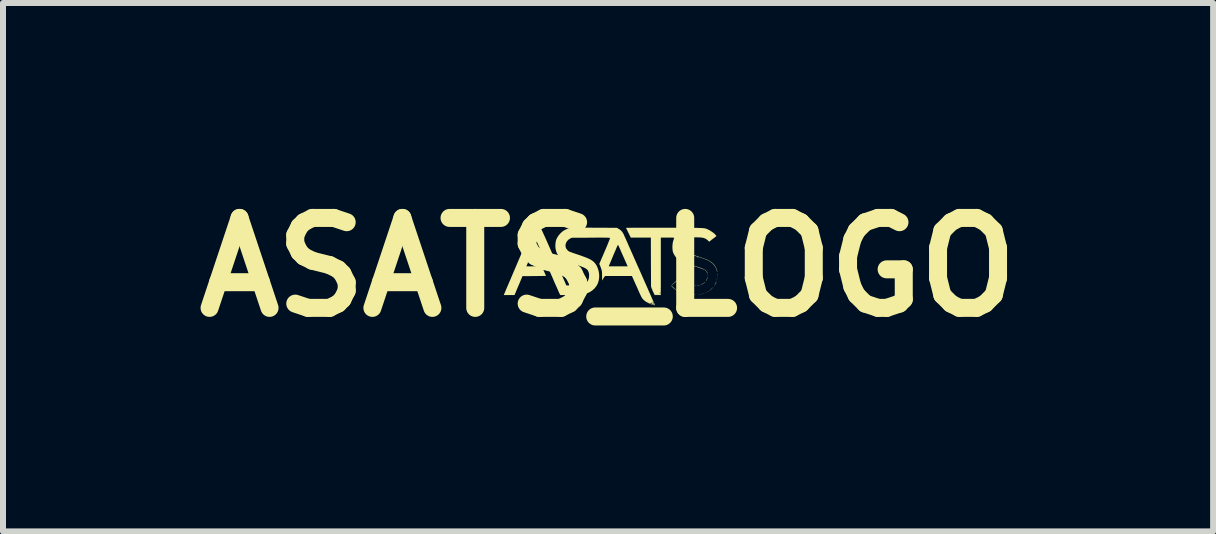
<source format=kicad_pcb>
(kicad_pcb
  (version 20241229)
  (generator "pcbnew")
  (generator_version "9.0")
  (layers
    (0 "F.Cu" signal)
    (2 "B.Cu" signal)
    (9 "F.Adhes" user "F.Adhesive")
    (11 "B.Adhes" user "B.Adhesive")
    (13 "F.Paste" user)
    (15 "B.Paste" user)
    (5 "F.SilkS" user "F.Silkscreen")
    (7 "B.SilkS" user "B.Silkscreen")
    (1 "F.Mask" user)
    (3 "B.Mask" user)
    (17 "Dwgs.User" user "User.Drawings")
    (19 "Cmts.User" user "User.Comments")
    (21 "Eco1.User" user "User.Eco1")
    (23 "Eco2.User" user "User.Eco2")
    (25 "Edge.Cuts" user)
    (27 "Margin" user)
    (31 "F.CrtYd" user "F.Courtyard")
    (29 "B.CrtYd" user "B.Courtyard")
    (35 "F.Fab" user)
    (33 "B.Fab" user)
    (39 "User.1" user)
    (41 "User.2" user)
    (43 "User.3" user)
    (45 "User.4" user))
  (footprint "ASATS_LOGO"
    (layer "F.Cu")
    (at 7.086 1.404)
    (property "Reference" "ASATS_LOGO" (at 0 0 0) (layer "F.SilkS") (effects (font (size 1.5 1.5) (thickness 0.3))))
    (attr board_only exclude_from_pos_files exclude_from_bom)
    (fp_poly (pts (xy 1.056 0.306) (xy 1.055 0.305) (xy 1.056 0.304)) (stroke (width 0) (type solid)) (fill yes) (layer "F.SilkS"))
    (fp_poly (pts (xy 1.323 -0.09) (xy 1.321 -0.088) (xy 1.319 -0.09) (xy 1.321 -0.093)) (stroke (width 0) (type solid)) (fill yes) (layer "F.SilkS"))
    (fp_poly (pts (xy 1.367 -0.11) (xy 1.365 -0.107) (xy 1.363 -0.11) (xy 1.365 -0.112)) (stroke (width 0) (type solid)) (fill yes) (layer "F.SilkS"))
    (fp_poly (pts (xy 1.382 -0.115) (xy 1.38 -0.112) (xy 1.377 -0.115) (xy 1.38 -0.117)) (stroke (width 0) (type solid)) (fill yes) (layer "F.SilkS"))
    (fp_poly (pts (xy 1.45 -0.164) (xy 1.448 -0.161) (xy 1.446 -0.164) (xy 1.448 -0.166)) (stroke (width 0) (type solid)) (fill yes) (layer "F.SilkS"))
    (fp_poly (pts (xy 1.612 0.432) (xy 1.609 0.435) (xy 1.607 0.432) (xy 1.609 0.43)) (stroke (width 0) (type solid)) (fill yes) (layer "F.SilkS"))
    (fp_poly (pts (xy 1.636 0.422) (xy 1.634 0.425) (xy 1.631 0.422) (xy 1.634 0.42)) (stroke (width 0) (type solid)) (fill yes) (layer "F.SilkS"))
    (fp_poly (pts (xy 1.646 0.418) (xy 1.643 0.42) (xy 1.641 0.418) (xy 1.643 0.415)) (stroke (width 0) (type solid)) (fill yes) (layer "F.SilkS"))
    (fp_poly (pts (xy 1.656 0.413) (xy 1.653 0.415) (xy 1.651 0.413) (xy 1.653 0.41)) (stroke (width 0) (type solid)) (fill yes) (layer "F.SilkS"))
    (fp_poly (pts (xy 1.293 0.446) (xy 1.291 0.449) (xy 1.286 0.449) (xy 1.281 0.448) (xy 1.283 0.446) (xy 1.291 0.445)) (stroke (width 0) (type solid)) (fill yes) (layer "F.SilkS"))
    (fp_poly (pts (xy 1.385 -0.125) (xy 1.385 -0.122) (xy 1.382 -0.122) (xy 1.378 -0.124) (xy 1.379 -0.125) (xy 1.385 -0.126)) (stroke (width 0) (type solid)) (fill yes) (layer "F.SilkS"))
    (fp_poly (pts (xy 1.515 0.456) (xy 1.516 0.458) (xy 1.509 0.458) (xy 1.502 0.458) (xy 1.503 0.456) (xy 1.513 0.455)) (stroke (width 0) (type solid)) (fill yes) (layer "F.SilkS"))
    (fp_poly (pts (xy 1.544 0.451) (xy 1.545 0.453) (xy 1.538 0.453) (xy 1.531 0.453) (xy 1.532 0.451) (xy 1.542 0.45)) (stroke (width 0) (type solid)) (fill yes) (layer "F.SilkS"))
    (fp_poly (pts (xy 1.566 0.446) (xy 1.565 0.449) (xy 1.56 0.449) (xy 1.555 0.448) (xy 1.557 0.446) (xy 1.565 0.445)) (stroke (width 0) (type solid)) (fill yes) (layer "F.SilkS"))
    (fp_poly (pts (xy 1.586 0.441) (xy 1.584 0.444) (xy 1.579 0.444) (xy 1.574 0.443) (xy 1.577 0.441) (xy 1.584 0.44)) (stroke (width 0) (type solid)) (fill yes) (layer "F.SilkS"))
    (fp_poly (pts (xy 1.6 0.436) (xy 1.6 0.439) (xy 1.597 0.44) (xy 1.593 0.438) (xy 1.594 0.436) (xy 1.6 0.436)) (stroke (width 0) (type solid)) (fill yes) (layer "F.SilkS"))
    (fp_poly (pts (xy 1.625 0.427) (xy 1.624 0.429) (xy 1.621 0.43) (xy 1.617 0.428) (xy 1.618 0.427) (xy 1.624 0.426)) (stroke (width 0) (type solid)) (fill yes) (layer "F.SilkS"))
    (fp_poly (pts (xy 1.81 0.221) (xy 1.811 0.227) (xy 1.81 0.228) (xy 1.807 0.227) (xy 1.807 0.225) (xy 1.809 0.221)) (stroke (width 0) (type solid)) (fill yes) (layer "F.SilkS"))
    (fp_poly (pts (xy 1.815 0.204) (xy 1.816 0.212) (xy 1.815 0.214) (xy 1.813 0.212) (xy 1.812 0.207) (xy 1.813 0.202)) (stroke (width 0) (type solid)) (fill yes) (layer "F.SilkS"))
    (fp_poly (pts (xy 1.82 0.175) (xy 1.821 0.185) (xy 1.82 0.187) (xy 1.818 0.187) (xy 1.817 0.181) (xy 1.818 0.174)) (stroke (width 0) (type solid)) (fill yes) (layer "F.SilkS"))
    (fp_poly (pts (xy 1.32 0.451) (xy 1.32 0.453) (xy 1.312 0.453) (xy 1.311 0.453) (xy 1.304 0.453) (xy 1.304 0.451) (xy 1.305 0.451) (xy 1.316 0.45)) (stroke (width 0) (type solid)) (fill yes) (layer "F.SilkS"))
    (fp_poly (pts (xy 1.351 -0.099) (xy 1.35 -0.098) (xy 1.346 -0.093) (xy 1.345 -0.093) (xy 1.345 -0.096) (xy 1.345 -0.098) (xy 1.35 -0.102) (xy 1.351 -0.103)) (stroke (width 0) (type solid)) (fill yes) (layer "F.SilkS"))
    (fp_poly (pts (xy 1.352 0.456) (xy 1.353 0.457) (xy 1.346 0.458) (xy 1.343 0.458) (xy 1.334 0.457) (xy 1.333 0.456) (xy 1.334 0.456) (xy 1.347 0.455)) (stroke (width 0) (type solid)) (fill yes) (layer "F.SilkS"))
    (fp_poly (pts (xy 1.415 -0.158) (xy 1.414 -0.156) (xy 1.409 -0.152) (xy 1.408 -0.151) (xy 1.408 -0.155) (xy 1.409 -0.156) (xy 1.414 -0.161) (xy 1.414 -0.161)) (stroke (width 0) (type solid)) (fill yes) (layer "F.SilkS"))
    (fp_poly (pts (xy 1.494 -0.167) (xy 1.502 -0.165) (xy 1.504 -0.163) (xy 1.5 -0.162) (xy 1.494 -0.161) (xy 1.486 -0.163) (xy 1.485 -0.166) (xy 1.489 -0.168)) (stroke (width 0) (type solid)) (fill yes) (layer "F.SilkS"))
    (fp_poly (pts (xy 1.664 0.128) (xy 1.665 0.141) (xy 1.664 0.145) (xy 1.662 0.147) (xy 1.662 0.14) (xy 1.662 0.137) (xy 1.662 0.128) (xy 1.663 0.127)) (stroke (width 0) (type solid)) (fill yes) (layer "F.SilkS"))
    (fp_poly (pts (xy 1.68 0.398) (xy 1.676 0.402) (xy 1.67 0.405) (xy 1.663 0.408) (xy 1.66 0.408) (xy 1.664 0.404) (xy 1.67 0.4) (xy 1.678 0.397)) (stroke (width 0) (type solid)) (fill yes) (layer "F.SilkS"))
    (fp_poly (pts (xy 1.771 0.311) (xy 1.77 0.313) (xy 1.766 0.317) (xy 1.765 0.317) (xy 1.765 0.314) (xy 1.765 0.313) (xy 1.77 0.308) (xy 1.771 0.308)) (stroke (width 0) (type solid)) (fill yes) (layer "F.SilkS"))
    (fp_poly (pts (xy 1.474 0.309) (xy 1.476 0.31) (xy 1.471 0.311) (xy 1.458 0.311) (xy 1.445 0.311) (xy 1.44 0.31) (xy 1.444 0.309) (xy 1.444 0.309) (xy 1.46 0.308)) (stroke (width 0) (type solid)) (fill yes) (layer "F.SilkS"))
    (fp_poly (pts (xy 1.4 -0.144) (xy 1.397 -0.14) (xy 1.391 -0.133) (xy 1.387 -0.133) (xy 1.384 -0.138) (xy 1.383 -0.141) (xy 1.385 -0.14) (xy 1.391 -0.14) (xy 1.396 -0.143) (xy 1.401 -0.147)) (stroke (width 0) (type solid)) (fill yes) (layer "F.SilkS"))
    (fp_poly (pts (xy 1.825 0.106) (xy 1.825 0.109) (xy 1.826 0.127) (xy 1.825 0.145) (xy 1.824 0.15) (xy 1.824 0.145) (xy 1.823 0.133) (xy 1.823 0.127) (xy 1.823 0.112) (xy 1.824 0.105)) (stroke (width 0) (type solid)) (fill yes) (layer "F.SilkS"))
    (fp_poly (pts (xy 1.524 0.301) (xy 1.521 0.303) (xy 1.513 0.305) (xy 1.502 0.307) (xy 1.493 0.308) (xy 1.489 0.307) (xy 1.49 0.306) (xy 1.496 0.304) (xy 1.507 0.302) (xy 1.511 0.301) (xy 1.523 0.3)) (stroke (width 0) (type solid)) (fill yes) (layer "F.SilkS"))
    (fp_poly (pts (xy 1.442 0.46) (xy 1.454 0.46) (xy 1.46 0.461) (xy 1.458 0.462) (xy 1.447 0.462) (xy 1.429 0.462) (xy 1.424 0.462) (xy 1.404 0.462) (xy 1.392 0.462) (xy 1.388 0.461) (xy 1.393 0.46) (xy 1.396 0.46) (xy 1.418 0.46)) (stroke (width 0) (type solid)) (fill yes) (layer "F.SilkS"))
    (fp_poly (pts (xy 1.619 0.248) (xy 1.618 0.25) (xy 1.606 0.26) (xy 1.589 0.272) (xy 1.57 0.283) (xy 1.553 0.292) (xy 1.543 0.295) (xy 1.54 0.295) (xy 1.545 0.292) (xy 1.553 0.288) (xy 1.569 0.279) (xy 1.588 0.268) (xy 1.602 0.258) (xy 1.613 0.25) (xy 1.619 0.246)) (stroke (width 0) (type solid)) (fill yes) (layer "F.SilkS"))
    (fp_poly (pts (xy 1.66 0.166) (xy 1.658 0.177) (xy 1.653 0.192) (xy 1.646 0.209) (xy 1.639 0.223) (xy 1.632 0.231) (xy 1.632 0.232) (xy 1.631 0.23) (xy 1.634 0.222) (xy 1.637 0.217) (xy 1.645 0.2) (xy 1.652 0.181) (xy 1.654 0.176) (xy 1.657 0.164) (xy 1.66 0.162)) (stroke (width 0) (type solid)) (fill yes) (layer "F.SilkS"))
    (fp_poly (pts (xy 1.806 0.24) (xy 1.805 0.245) (xy 1.8 0.257) (xy 1.794 0.271) (xy 1.787 0.285) (xy 1.78 0.296) (xy 1.776 0.302) (xy 1.775 0.303) (xy 1.776 0.299) (xy 1.781 0.288) (xy 1.787 0.273) (xy 1.789 0.269) (xy 1.796 0.254) (xy 1.802 0.243) (xy 1.806 0.24)) (stroke (width 0) (type solid)) (fill yes) (layer "F.SilkS"))
    (fp_poly (pts (xy 1.753 0.333) (xy 1.744 0.343) (xy 1.739 0.348) (xy 1.724 0.364) (xy 1.709 0.377) (xy 1.698 0.386) (xy 1.697 0.387) (xy 1.689 0.392) (xy 1.687 0.393) (xy 1.687 0.392) (xy 1.693 0.387) (xy 1.704 0.377) (xy 1.718 0.364) (xy 1.729 0.354) (xy 1.745 0.339) (xy 1.754 0.331) (xy 1.757 0.329)) (stroke (width 0) (type solid)) (fill yes) (layer "F.SilkS"))
    (fp_poly (pts (xy 1.076 0.326) (xy 1.122 0.368) (xy 1.176 0.402) (xy 1.235 0.429) (xy 1.245 0.433) (xy 1.26 0.438) (xy 1.269 0.442) (xy 1.27 0.444) (xy 1.27 0.444) (xy 1.261 0.442) (xy 1.247 0.438) (xy 1.237 0.435) (xy 1.195 0.417) (xy 1.152 0.393) (xy 1.113 0.367) (xy 1.097 0.354) (xy 1.076 0.336) (xy 1.063 0.323) (xy 1.056 0.313) (xy 1.056 0.306)) (stroke (width 0) (type solid)) (fill yes) (layer "F.SilkS"))
    (fp_poly (pts (xy 1.188 0.228) (xy 1.24 0.263) (xy 1.293 0.288) (xy 1.348 0.303) (xy 1.376 0.307) (xy 1.394 0.309) (xy 1.403 0.311) (xy 1.402 0.311) (xy 1.394 0.312) (xy 1.389 0.312) (xy 1.354 0.309) (xy 1.316 0.3) (xy 1.275 0.286) (xy 1.236 0.266) (xy 1.2 0.244) (xy 1.194 0.24) (xy 1.177 0.227) (xy 1.166 0.221) (xy 1.158 0.22) (xy 1.156 0.221) (xy 1.15 0.227) (xy 1.15 0.23) (xy 1.15 0.233) (xy 1.148 0.233) (xy 1.143 0.236) (xy 1.131 0.243) (xy 1.116 0.255) (xy 1.099 0.268) (xy 1.056 0.304) (xy 1.056 0.304) (xy 1.061 0.295) (xy 1.073 0.283) (xy 1.083 0.275) (xy 1.102 0.259) (xy 1.121 0.243) (xy 1.137 0.23) (xy 1.139 0.228) (xy 1.162 0.209)) (stroke (width 0) (type solid)) (fill yes) (layer "F.SilkS"))
    (fp_poly (pts (xy -0.364 -0.659) (xy -0.3 -0.659) (xy -0.228 -0.658) (xy -0.225 -0.658) (xy 0.144 -0.657) (xy 0.171 -0.643) (xy 0.206 -0.62) (xy 0.235 -0.59) (xy 0.257 -0.554) (xy 0.258 -0.552) (xy 0.262 -0.544) (xy 0.269 -0.527) (xy 0.28 -0.503) (xy 0.294 -0.473) (xy 0.31 -0.436) (xy 0.328 -0.395) (xy 0.348 -0.349) (xy 0.37 -0.3) (xy 0.393 -0.248) (xy 0.417 -0.194) (xy 0.441 -0.139) (xy 0.466 -0.083) (xy 0.49 -0.028) (xy 0.514 0.025) (xy 0.537 0.077) (xy 0.559 0.126) (xy 0.579 0.172) (xy 0.597 0.213) (xy 0.613 0.25) (xy 0.627 0.28) (xy 0.637 0.304) (xy 0.64 0.31) (xy 0.648 0.329) (xy 0.66 0.355) (xy 0.673 0.386) (xy 0.689 0.421) (xy 0.705 0.458) (xy 0.721 0.495) (xy 0.722 0.497) (xy 0.737 0.531) (xy 0.751 0.561) (xy 0.762 0.588) (xy 0.772 0.609) (xy 0.778 0.624) (xy 0.781 0.632) (xy 0.781 0.633) (xy 0.78 0.634) (xy 0.776 0.634) (xy 0.765 0.632) (xy 0.749 0.627) (xy 0.704 0.613) (xy 0.676 0.6) (xy 0.692 0.6) (xy 0.696 0.602) (xy 0.706 0.607) (xy 0.722 0.612) (xy 0.739 0.618) (xy 0.754 0.622) (xy 0.765 0.625) (xy 0.766 0.625) (xy 0.769 0.623) (xy 0.768 0.616) (xy 0.765 0.609) (xy 0.758 0.593) (xy 0.75 0.578) (xy 0.745 0.569) (xy 0.743 0.569) (xy 0.743 0.575) (xy 0.744 0.584) (xy 0.747 0.586) (xy 0.75 0.59) (xy 0.755 0.599) (xy 0.76 0.61) (xy 0.762 0.618) (xy 0.762 0.618) (xy 0.758 0.618) (xy 0.749 0.616) (xy 0.741 0.614) (xy 0.742 0.61) (xy 0.743 0.609) (xy 0.745 0.607) (xy 0.738 0.608) (xy 0.737 0.608) (xy 0.729 0.61) (xy 0.729 0.608) (xy 0.732 0.604) (xy 0.736 0.598) (xy 0.733 0.598) (xy 0.726 0.601) (xy 0.717 0.603) (xy 0.715 0.602) (xy 0.715 0.602) (xy 0.712 0.599) (xy 0.703 0.598) (xy 0.702 0.598) (xy 0.693 0.598) (xy 0.692 0.6) (xy 0.676 0.6) (xy 0.662 0.593) (xy 0.661 0.593) (xy 0.676 0.593) (xy 0.676 0.595) (xy 0.679 0.596) (xy 0.683 0.594) (xy 0.682 0.593) (xy 0.676 0.592) (xy 0.676 0.593) (xy 0.661 0.593) (xy 0.644 0.583) (xy 0.66 0.583) (xy 0.661 0.585) (xy 0.666 0.591) (xy 0.669 0.589) (xy 0.669 0.589) (xy 0.669 0.588) (xy 0.72 0.588) (xy 0.72 0.591) (xy 0.725 0.596) (xy 0.725 0.596) (xy 0.728 0.593) (xy 0.742 0.593) (xy 0.745 0.596) (xy 0.747 0.593) (xy 0.745 0.591) (xy 0.742 0.593) (xy 0.728 0.593) (xy 0.729 0.592) (xy 0.73 0.591) (xy 0.729 0.587) (xy 0.725 0.586) (xy 0.72 0.588) (xy 0.669 0.588) (xy 0.666 0.585) (xy 0.663 0.583) (xy 0.66 0.583) (xy 0.644 0.583) (xy 0.638 0.579) (xy 0.65 0.579) (xy 0.652 0.581) (xy 0.654 0.579) (xy 0.652 0.576) (xy 0.65 0.579) (xy 0.638 0.579) (xy 0.624 0.571) (xy 0.61 0.559) (xy 0.737 0.559) (xy 0.74 0.562) (xy 0.742 0.559) (xy 0.74 0.557) (xy 0.737 0.559) (xy 0.61 0.559) (xy 0.598 0.549) (xy 0.733 0.549) (xy 0.735 0.552) (xy 0.737 0.549) (xy 0.735 0.547) (xy 0.733 0.549) (xy 0.598 0.549) (xy 0.593 0.546) (xy 0.582 0.535) (xy 0.728 0.535) (xy 0.73 0.537) (xy 0.733 0.535) (xy 0.73 0.532) (xy 0.728 0.535) (xy 0.582 0.535) (xy 0.581 0.533) (xy 0.575 0.526) (xy 0.574 0.525) (xy 0.723 0.525) (xy 0.725 0.527) (xy 0.728 0.525) (xy 0.725 0.523) (xy 0.723 0.525) (xy 0.574 0.525) (xy 0.57 0.519) (xy 0.564 0.511) (xy 0.558 0.5) (xy 0.551 0.487) (xy 0.542 0.469) (xy 0.532 0.447) (xy 0.519 0.419) (xy 0.504 0.385) (xy 0.486 0.344) (xy 0.464 0.295) (xy 0.461 0.289) (xy 0.398 0.147) (xy 0.173 0.147) (xy -0.051 0.147) (xy -0.061 0.16) (xy -0.069 0.171) (xy -0.079 0.187) (xy -0.085 0.198) (xy -0.1 0.222) (xy -0.1 0.147) (xy -0.101 0.116) (xy -0.101 0.093) (xy -0.103 0.075) (xy -0.105 0.059) (xy -0.109 0.043) (xy -0.114 0.028) (xy -0.121 0.006) (xy -0.129 -0.015) (xy 0.011 -0.015) (xy 0.169 -0.015) (xy 0.326 -0.015) (xy 0.265 -0.153) (xy 0.249 -0.189) (xy 0.233 -0.225) (xy 0.218 -0.258) (xy 0.206 -0.288) (xy 0.195 -0.312) (xy 0.188 -0.329) (xy 0.186 -0.331) (xy 0.178 -0.349) (xy 0.171 -0.363) (xy 0.166 -0.371) (xy 0.164 -0.372) (xy 0.161 -0.368) (xy 0.155 -0.355) (xy 0.146 -0.336) (xy 0.135 -0.31) (xy 0.122 -0.279) (xy 0.107 -0.244) (xy 0.09 -0.205) (xy 0.085 -0.193) (xy 0.011 -0.015) (xy -0.129 -0.015) (xy -0.129 -0.015) (xy -0.135 -0.031) (xy -0.137 -0.035) (xy -0.147 -0.054) (xy -0.056 -0.266) (xy -0.037 -0.31) (xy -0.02 -0.35) (xy -0.005 -0.387) (xy 0.008 -0.42) (xy 0.019 -0.447) (xy 0.027 -0.467) (xy 0.031 -0.481) (xy 0.032 -0.486) (xy 0.031 -0.488) (xy 0.027 -0.489) (xy 0.021 -0.49) (xy 0.012 -0.491) (xy -0.002 -0.492) (xy -0.021 -0.492) (xy -0.045 -0.492) (xy -0.075 -0.493) (xy -0.112 -0.493) (xy -0.157 -0.493) (xy -0.21 -0.493) (xy -0.272 -0.492) (xy -0.287 -0.492) (xy -0.603 -0.491) (xy -0.628 -0.48) (xy -0.658 -0.461) (xy -0.682 -0.437) (xy -0.7 -0.408) (xy -0.709 -0.377) (xy -0.71 -0.361) (xy -0.707 -0.333) (xy -0.696 -0.308) (xy -0.677 -0.284) (xy -0.671 -0.278) (xy -0.665 -0.272) (xy -0.657 -0.267) (xy -0.648 -0.262) (xy -0.636 -0.256) (xy -0.619 -0.25) (xy -0.597 -0.242) (xy -0.568 -0.232) (xy -0.531 -0.219) (xy -0.512 -0.213) (xy -0.458 -0.195) (xy -0.412 -0.178) (xy -0.374 -0.164) (xy -0.342 -0.151) (xy -0.315 -0.139) (xy -0.292 -0.127) (xy -0.273 -0.115) (xy -0.255 -0.102) (xy -0.239 -0.089) (xy -0.238 -0.088) (xy -0.213 -0.06) (xy -0.19 -0.025) (xy -0.172 0.017) (xy -0.158 0.063) (xy -0.15 0.108) (xy -0.148 0.165) (xy -0.155 0.218) (xy -0.17 0.268) (xy -0.194 0.313) (xy -0.226 0.354) (xy -0.265 0.389) (xy -0.311 0.418) (xy -0.364 0.441) (xy -0.393 0.45) (xy -0.404 0.453) (xy -0.415 0.455) (xy -0.427 0.457) (xy -0.441 0.459) (xy -0.458 0.46) (xy -0.48 0.461) (xy -0.507 0.461) (xy -0.542 0.462) (xy -0.584 0.462) (xy -0.614 0.463) (xy -0.795 0.465) (xy -0.803 0.453) (xy -0.805 0.45) (xy -0.808 0.443) (xy -0.813 0.433) (xy -0.819 0.42) (xy -0.827 0.402) (xy -0.837 0.379) (xy -0.85 0.35) (xy -0.865 0.315) (xy -0.884 0.274) (xy -0.905 0.225) (xy -0.929 0.168) (xy -0.957 0.105) (xy -0.963 0.091) (xy -0.973 0.069) (xy -0.985 0.041) (xy -0.999 0.008) (xy -1.015 -0.029) (xy -1.033 -0.069) (xy -1.051 -0.111) (xy -1.07 -0.155) (xy -1.088 -0.198) (xy -1.107 -0.239) (xy -1.124 -0.279) (xy -1.139 -0.315) (xy -1.153 -0.348) (xy -1.165 -0.374) (xy -1.174 -0.394) (xy -1.179 -0.407) (xy -1.18 -0.41) (xy -1.188 -0.427) (xy -1.233 -0.319) (xy -1.249 -0.281) (xy -1.267 -0.238) (xy -1.286 -0.194) (xy -1.304 -0.152) (xy -1.319 -0.115) (xy -1.32 -0.114) (xy -1.362 -0.015) (xy -1.236 -0.015) (xy -1.195 -0.015) (xy -1.162 -0.014) (xy -1.138 -0.013) (xy -1.121 -0.012) (xy -1.11 -0.011) (xy -1.105 -0.009) (xy -1.105 -0.009) (xy -1.102 -0.003) (xy -1.095 0.01) (xy -1.087 0.028) (xy -1.077 0.049) (xy -1.067 0.072) (xy -1.057 0.094) (xy -1.048 0.115) (xy -1.041 0.131) (xy -1.036 0.142) (xy -1.035 0.145) (xy -1.04 0.145) (xy -1.053 0.145) (xy -1.075 0.146) (xy -1.102 0.146) (xy -1.136 0.147) (xy -1.174 0.147) (xy -1.216 0.148) (xy -1.231 0.148) (xy -1.427 0.149) (xy -1.48 0.276) (xy -1.495 0.311) (xy -1.509 0.344) (xy -1.522 0.374) (xy -1.533 0.401) (xy -1.541 0.421) (xy -1.546 0.433) (xy -1.547 0.433) (xy -1.559 0.464) (xy -1.649 0.464) (xy -1.739 0.464) (xy -1.731 0.446) (xy -1.728 0.438) (xy -1.721 0.422) (xy -1.711 0.399) (xy -1.699 0.369) (xy -1.684 0.334) (xy -1.667 0.295) (xy -1.649 0.252) (xy -1.629 0.207) (xy -1.621 0.188) (xy -1.6 0.138) (xy -1.576 0.081) (xy -1.549 0.019) (xy -1.521 -0.048) (xy -1.492 -0.116) (xy -1.463 -0.184) (xy -1.434 -0.251) (xy -1.407 -0.315) (xy -1.39 -0.354) (xy -1.261 -0.657) (xy -1.206 -0.658) (xy -1.176 -0.658) (xy -1.153 -0.657) (xy -1.137 -0.653) (xy -1.125 -0.647) (xy -1.116 -0.638) (xy -1.114 -0.635) (xy -1.11 -0.628) (xy -1.103 -0.613) (xy -1.092 -0.591) (xy -1.08 -0.563) (xy -1.065 -0.531) (xy -1.048 -0.494) (xy -1.03 -0.454) (xy -1.022 -0.435) (xy -1.003 -0.392) (xy -0.981 -0.343) (xy -0.957 -0.288) (xy -0.931 -0.229) (xy -0.904 -0.169) (xy -0.877 -0.108) (xy -0.851 -0.049) (xy -0.826 0.007) (xy -0.823 0.015) (xy -0.802 0.063) (xy -0.781 0.108) (xy -0.763 0.15) (xy -0.746 0.189) (xy -0.731 0.222) (xy -0.719 0.249) (xy -0.71 0.271) (xy -0.704 0.284) (xy -0.702 0.289) (xy -0.697 0.303) (xy -0.576 0.303) (xy -0.538 0.303) (xy -0.508 0.302) (xy -0.484 0.302) (xy -0.466 0.301) (xy -0.452 0.299) (xy -0.44 0.297) (xy -0.429 0.295) (xy -0.422 0.293) (xy -0.391 0.278) (xy -0.363 0.257) (xy -0.34 0.231) (xy -0.325 0.202) (xy -0.325 0.2) (xy -0.318 0.169) (xy -0.316 0.136) (xy -0.318 0.104) (xy -0.326 0.077) (xy -0.327 0.076) (xy -0.333 0.062) (xy -0.34 0.051) (xy -0.349 0.04) (xy -0.36 0.03) (xy -0.374 0.021) (xy -0.393 0.011) (xy -0.416 0.000178) (xy -0.445 -0.011) (xy -0.481 -0.025) (xy -0.525 -0.04) (xy -0.577 -0.058) (xy -0.579 -0.059) (xy -0.628 -0.076) (xy -0.669 -0.091) (xy -0.703 -0.105) (xy -0.731 -0.118) (xy -0.755 -0.13) (xy -0.775 -0.144) (xy -0.793 -0.158) (xy -0.799 -0.163) (xy -0.83 -0.196) (xy -0.853 -0.232) (xy -0.868 -0.273) (xy -0.877 -0.319) (xy -0.879 -0.359) (xy -0.876 -0.408) (xy -0.867 -0.452) (xy -0.85 -0.491) (xy -0.825 -0.529) (xy -0.794 -0.565) (xy -0.772 -0.585) (xy -0.754 -0.601) (xy -0.735 -0.613) (xy -0.713 -0.624) (xy -0.7 -0.63) (xy -0.688 -0.636) (xy -0.676 -0.641) (xy -0.664 -0.645) (xy -0.651 -0.648) (xy -0.636 -0.651) (xy -0.618 -0.653) (xy -0.597 -0.655) (xy -0.573 -0.657) (xy -0.543 -0.658) (xy -0.508 -0.658) (xy -0.467 -0.659) (xy -0.419 -0.659)) (stroke (width 0) (type solid)) (fill yes) (layer "F.SilkS"))
    (fp_poly (pts (xy 0.761 -0.658) (xy 0.836 -0.658) (xy 0.913 -0.658) (xy 0.938 -0.658) (xy 1.032 -0.658) (xy 1.117 -0.658) (xy 1.193 -0.657) (xy 1.261 -0.657) (xy 1.322 -0.657) (xy 1.375 -0.657) (xy 1.421 -0.656) (xy 1.462 -0.656) (xy 1.497 -0.655) (xy 1.527 -0.654) (xy 1.552 -0.653) (xy 1.573 -0.652) (xy 1.591 -0.65) (xy 1.606 -0.648) (xy 1.619 -0.646) (xy 1.63 -0.643) (xy 1.639 -0.64) (xy 1.648 -0.637) (xy 1.656 -0.633) (xy 1.665 -0.629) (xy 1.674 -0.624) (xy 1.683 -0.62) (xy 1.709 -0.605) (xy 1.736 -0.588) (xy 1.761 -0.569) (xy 1.782 -0.55) (xy 1.796 -0.533) (xy 1.796 -0.533) (xy 1.807 -0.519) (xy 1.746 -0.472) (xy 1.685 -0.425) (xy 1.665 -0.445) (xy 1.646 -0.461) (xy 1.645 -0.462) (xy 1.719 -0.462) (xy 1.721 -0.459) (xy 1.724 -0.462) (xy 1.721 -0.464) (xy 1.719 -0.462) (xy 1.645 -0.462) (xy 1.63 -0.471) (xy 1.729 -0.471) (xy 1.731 -0.469) (xy 1.734 -0.471) (xy 1.731 -0.474) (xy 1.729 -0.471) (xy 1.63 -0.471) (xy 1.626 -0.474) (xy 1.61 -0.481) (xy 1.743 -0.481) (xy 1.746 -0.479) (xy 1.748 -0.481) (xy 1.746 -0.483) (xy 1.743 -0.481) (xy 1.61 -0.481) (xy 1.604 -0.484) (xy 1.579 -0.491) (xy 1.548 -0.495) (xy 1.511 -0.497) (xy 1.466 -0.498) (xy 1.463 -0.498) (xy 1.422 -0.498) (xy 1.39 -0.497) (xy 1.364 -0.494) (xy 1.343 -0.49) (xy 1.326 -0.483) (xy 1.312 -0.474) (xy 1.297 -0.462) (xy 1.289 -0.454) (xy 1.272 -0.436) (xy 1.261 -0.419) (xy 1.253 -0.401) (xy 1.253 -0.4) (xy 1.246 -0.367) (xy 1.246 -0.335) (xy 1.251 -0.306) (xy 1.257 -0.293) (xy 1.263 -0.282) (xy 1.271 -0.272) (xy 1.281 -0.263) (xy 1.294 -0.254) (xy 1.312 -0.245) (xy 1.334 -0.236) (xy 1.363 -0.225) (xy 1.399 -0.212) (xy 1.443 -0.198) (xy 1.46 -0.192) (xy 1.498 -0.18) (xy 1.535 -0.167) (xy 1.57 -0.155) (xy 1.601 -0.144) (xy 1.626 -0.135) (xy 1.643 -0.128) (xy 1.647 -0.127) (xy 1.694 -0.103) (xy 1.733 -0.077) (xy 1.764 -0.046) (xy 1.778 -0.028) (xy 1.792 -0.005) (xy 1.805 0.021) (xy 1.814 0.046) (xy 1.82 0.068) (xy 1.821 0.08) (xy 1.82 0.081) (xy 1.817 0.075) (xy 1.814 0.062) (xy 1.798 0.016) (xy 1.773 -0.026) (xy 1.741 -0.062) (xy 1.7 -0.094) (xy 1.65 -0.12) (xy 1.635 -0.126) (xy 1.617 -0.133) (xy 1.593 -0.142) (xy 1.566 -0.151) (xy 1.537 -0.161) (xy 1.507 -0.171) (xy 1.477 -0.18) (xy 1.45 -0.188) (xy 1.427 -0.195) (xy 1.409 -0.2) (xy 1.398 -0.203) (xy 1.395 -0.203) (xy 1.396 -0.201) (xy 1.404 -0.198) (xy 1.41 -0.196) (xy 1.422 -0.191) (xy 1.428 -0.187) (xy 1.428 -0.185) (xy 1.429 -0.181) (xy 1.431 -0.181) (xy 1.434 -0.178) (xy 1.434 -0.176) (xy 1.427 -0.174) (xy 1.421 -0.174) (xy 1.413 -0.174) (xy 1.411 -0.171) (xy 1.408 -0.168) (xy 1.406 -0.168) (xy 1.401 -0.167) (xy 1.397 -0.159) (xy 1.391 -0.15) (xy 1.385 -0.147) (xy 1.379 -0.142) (xy 1.374 -0.133) (xy 1.371 -0.123) (xy 1.372 -0.122) (xy 1.368 -0.12) (xy 1.36 -0.12) (xy 1.35 -0.118) (xy 1.346 -0.111) (xy 1.342 -0.105) (xy 1.338 -0.105) (xy 1.334 -0.105) (xy 1.334 -0.102) (xy 1.333 -0.096) (xy 1.331 -0.095) (xy 1.327 -0.099) (xy 1.327 -0.1) (xy 1.326 -0.1) (xy 1.32 -0.095) (xy 1.319 -0.094) (xy 1.312 -0.088) (xy 1.306 -0.087) (xy 1.304 -0.087) (xy 1.305 -0.085) (xy 1.312 -0.082) (xy 1.324 -0.079) (xy 1.332 -0.079) (xy 1.346 -0.077) (xy 1.355 -0.075) (xy 1.357 -0.073) (xy 1.361 -0.07) (xy 1.362 -0.07) (xy 1.365 -0.068) (xy 1.366 -0.063) (xy 1.366 -0.056) (xy 1.363 -0.057) (xy 1.361 -0.061) (xy 1.353 -0.067) (xy 1.343 -0.07) (xy 1.334 -0.07) (xy 1.33 -0.065) (xy 1.33 -0.065) (xy 1.334 -0.062) (xy 1.347 -0.057) (xy 1.366 -0.049) (xy 1.391 -0.04) (xy 1.419 -0.03) (xy 1.438 -0.024) (xy 1.484 -0.009) (xy 1.522 0.004) (xy 1.553 0.015) (xy 1.577 0.024) (xy 1.596 0.033) (xy 1.61 0.04) (xy 1.62 0.046) (xy 1.627 0.052) (xy 1.64 0.067) (xy 1.651 0.084) (xy 1.658 0.1) (xy 1.66 0.111) (xy 1.659 0.113) (xy 1.655 0.106) (xy 1.654 0.102) (xy 1.64 0.074) (xy 1.62 0.052) (xy 1.61 0.044) (xy 1.601 0.04) (xy 1.585 0.034) (xy 1.562 0.025) (xy 1.533 0.015) (xy 1.499 0.003) (xy 1.463 -0.01) (xy 1.435 -0.019) (xy 1.397 -0.032) (xy 1.359 -0.045) (xy 1.325 -0.057) (xy 1.296 -0.067) (xy 1.286 -0.071) (xy 1.306 -0.071) (xy 1.309 -0.068) (xy 1.318 -0.064) (xy 1.321 -0.064) (xy 1.322 -0.066) (xy 1.319 -0.068) (xy 1.31 -0.073) (xy 1.306 -0.073) (xy 1.306 -0.071) (xy 1.286 -0.071) (xy 1.272 -0.076) (xy 1.271 -0.077) (xy 1.291 -0.077) (xy 1.292 -0.074) (xy 1.294 -0.073) (xy 1.298 -0.075) (xy 1.297 -0.077) (xy 1.292 -0.077) (xy 1.291 -0.077) (xy 1.271 -0.077) (xy 1.255 -0.082) (xy 1.249 -0.085) (xy 1.268 -0.085) (xy 1.27 -0.082) (xy 1.279 -0.078) (xy 1.282 -0.08) (xy 1.278 -0.085) (xy 1.271 -0.089) (xy 1.268 -0.089) (xy 1.268 -0.085) (xy 1.249 -0.085) (xy 1.249 -0.085) (xy 1.238 -0.09) (xy 1.255 -0.09) (xy 1.258 -0.088) (xy 1.26 -0.09) (xy 1.258 -0.093) (xy 1.255 -0.09) (xy 1.238 -0.09) (xy 1.228 -0.095) (xy 1.245 -0.095) (xy 1.248 -0.093) (xy 1.25 -0.095) (xy 1.248 -0.098) (xy 1.245 -0.095) (xy 1.228 -0.095) (xy 1.226 -0.096) (xy 1.219 -0.1) (xy 1.236 -0.1) (xy 1.238 -0.098) (xy 1.24 -0.1) (xy 1.238 -0.103) (xy 1.236 -0.1) (xy 1.219 -0.1) (xy 1.21 -0.105) (xy 1.304 -0.105) (xy 1.306 -0.103) (xy 1.309 -0.105) (xy 1.306 -0.107) (xy 1.304 -0.105) (xy 1.21 -0.105) (xy 1.205 -0.108) (xy 1.202 -0.11) (xy 1.319 -0.11) (xy 1.321 -0.107) (xy 1.323 -0.11) (xy 1.321 -0.112) (xy 1.319 -0.11) (xy 1.202 -0.11) (xy 1.194 -0.115) (xy 1.206 -0.115) (xy 1.209 -0.112) (xy 1.211 -0.115) (xy 1.309 -0.115) (xy 1.311 -0.112) (xy 1.314 -0.115) (xy 1.311 -0.117) (xy 1.309 -0.115) (xy 1.211 -0.115) (xy 1.209 -0.117) (xy 1.206 -0.115) (xy 1.194 -0.115) (xy 1.188 -0.119) (xy 1.176 -0.128) (xy 1.174 -0.13) (xy 1.359 -0.13) (xy 1.36 -0.127) (xy 1.363 -0.127) (xy 1.367 -0.129) (xy 1.366 -0.13) (xy 1.36 -0.131) (xy 1.359 -0.13) (xy 1.174 -0.13) (xy 1.17 -0.135) (xy 1.17 -0.138) (xy 1.17 -0.139) (xy 1.363 -0.139) (xy 1.365 -0.137) (xy 1.367 -0.139) (xy 1.365 -0.142) (xy 1.363 -0.139) (xy 1.17 -0.139) (xy 1.171 -0.141) (xy 1.168 -0.139) (xy 1.159 -0.14) (xy 1.148 -0.147) (xy 1.135 -0.161) (xy 1.121 -0.178) (xy 1.392 -0.178) (xy 1.394 -0.176) (xy 1.397 -0.178) (xy 1.394 -0.181) (xy 1.392 -0.178) (xy 1.121 -0.178) (xy 1.121 -0.179) (xy 1.114 -0.189) (xy 1.403 -0.189) (xy 1.404 -0.186) (xy 1.406 -0.186) (xy 1.411 -0.187) (xy 1.41 -0.189) (xy 1.404 -0.189) (xy 1.403 -0.189) (xy 1.114 -0.189) (xy 1.107 -0.2) (xy 1.103 -0.208) (xy 1.382 -0.208) (xy 1.385 -0.205) (xy 1.387 -0.208) (xy 1.385 -0.21) (xy 1.382 -0.208) (xy 1.103 -0.208) (xy 1.099 -0.213) (xy 1.364 -0.213) (xy 1.365 -0.21) (xy 1.367 -0.21) (xy 1.371 -0.212) (xy 1.371 -0.213) (xy 1.365 -0.214) (xy 1.364 -0.213) (xy 1.099 -0.213) (xy 1.097 -0.217) (xy 1.353 -0.217) (xy 1.355 -0.215) (xy 1.358 -0.217) (xy 1.355 -0.22) (xy 1.353 -0.217) (xy 1.097 -0.217) (xy 1.095 -0.222) (xy 1.094 -0.222) (xy 1.338 -0.222) (xy 1.341 -0.22) (xy 1.343 -0.222) (xy 1.341 -0.225) (xy 1.338 -0.222) (xy 1.094 -0.222) (xy 1.092 -0.228) (xy 1.325 -0.228) (xy 1.326 -0.225) (xy 1.328 -0.225) (xy 1.332 -0.226) (xy 1.332 -0.228) (xy 1.326 -0.228) (xy 1.325 -0.228) (xy 1.092 -0.228) (xy 1.09 -0.232) (xy 1.314 -0.232) (xy 1.316 -0.23) (xy 1.319 -0.232) (xy 1.316 -0.234) (xy 1.314 -0.232) (xy 1.09 -0.232) (xy 1.085 -0.244) (xy 1.083 -0.247) (xy 1.076 -0.275) (xy 1.073 -0.309) (xy 1.072 -0.346) (xy 1.075 -0.383) (xy 1.08 -0.418) (xy 1.085 -0.437) (xy 1.091 -0.456) (xy 1.097 -0.473) (xy 1.1 -0.483) (xy 1.101 -0.485) (xy 1.102 -0.487) (xy 1.1 -0.49) (xy 1.095 -0.491) (xy 1.086 -0.492) (xy 1.071 -0.493) (xy 1.05 -0.493) (xy 1.021 -0.493) (xy 0.992 -0.493) (xy 0.879 -0.493) (xy 0.879 -0.015) (xy 0.879 0.464) (xy 0.828 0.464) (xy 0.777 0.464) (xy 0.77 0.452) (xy 0.781 0.452) (xy 0.784 0.454) (xy 0.786 0.452) (xy 0.791 0.452) (xy 0.794 0.454) (xy 0.795 0.453) (xy 0.804 0.453) (xy 0.811 0.453) (xy 0.818 0.453) (xy 0.817 0.452) (xy 0.825 0.452) (xy 0.828 0.454) (xy 0.83 0.452) (xy 0.835 0.452) (xy 0.838 0.454) (xy 0.84 0.452) (xy 0.845 0.452) (xy 0.847 0.454) (xy 0.85 0.452) (xy 0.847 0.449) (xy 0.845 0.452) (xy 0.84 0.452) (xy 0.838 0.449) (xy 0.835 0.452) (xy 0.83 0.452) (xy 0.828 0.449) (xy 0.825 0.452) (xy 0.817 0.452) (xy 0.817 0.451) (xy 0.807 0.45) (xy 0.805 0.451) (xy 0.804 0.453) (xy 0.795 0.453) (xy 0.796 0.452) (xy 0.794 0.449) (xy 0.791 0.452) (xy 0.786 0.452) (xy 0.784 0.449) (xy 0.781 0.452) (xy 0.77 0.452) (xy 0.768 0.446) (xy 0.863 0.446) (xy 0.865 0.453) (xy 0.866 0.454) (xy 0.867 0.45) (xy 0.869 0.438) (xy 0.869 0.426) (xy 0.868 0.411) (xy 0.867 0.406) (xy 0.866 0.41) (xy 0.864 0.423) (xy 0.863 0.433) (xy 0.863 0.446) (xy 0.768 0.446) (xy 0.761 0.432) (xy 0.767 0.432) (xy 0.769 0.435) (xy 0.772 0.432) (xy 0.769 0.43) (xy 0.767 0.432) (xy 0.761 0.432) (xy 0.757 0.426) (xy 0.756 0.422) (xy 0.762 0.422) (xy 0.764 0.425) (xy 0.767 0.422) (xy 0.764 0.42) (xy 0.762 0.422) (xy 0.756 0.422) (xy 0.751 0.413) (xy 0.757 0.413) (xy 0.759 0.415) (xy 0.762 0.413) (xy 0.759 0.41) (xy 0.757 0.413) (xy 0.751 0.413) (xy 0.747 0.403) (xy 0.741 0.391) (xy 0.864 0.391) (xy 0.866 0.395) (xy 0.868 0.394) (xy 0.868 0.388) (xy 0.868 0.387) (xy 0.865 0.388) (xy 0.864 0.391) (xy 0.741 0.391) (xy 0.736 0.379) (xy 0.736 0.378) (xy 0.742 0.378) (xy 0.745 0.381) (xy 0.747 0.378) (xy 0.745 0.376) (xy 0.742 0.378) (xy 0.736 0.378) (xy 0.732 0.369) (xy 0.737 0.369) (xy 0.74 0.371) (xy 0.742 0.369) (xy 0.74 0.366) (xy 0.737 0.369) (xy 0.732 0.369) (xy 0.728 0.359) (xy 0.865 0.359) (xy 0.866 0.365) (xy 0.867 0.365) (xy 0.869 0.358) (xy 0.868 0.356) (xy 0.866 0.354) (xy 0.865 0.359) (xy 0.728 0.359) (xy 0.728 0.358) (xy 0.727 0.356) (xy 0.723 0.344) (xy 0.864 0.344) (xy 0.867 0.347) (xy 0.869 0.344) (xy 0.867 0.342) (xy 0.864 0.344) (xy 0.723 0.344) (xy 0.716 0.325) (xy 0.714 -0.084) (xy 0.713 -0.493) (xy 0.545 -0.493) (xy 0.378 -0.493) (xy 0.365 -0.52) (xy 1.792 -0.52) (xy 1.795 -0.518) (xy 1.797 -0.52) (xy 1.795 -0.523) (xy 1.792 -0.52) (xy 0.365 -0.52) (xy 0.339 -0.573) (xy 0.336 -0.579) (xy 1.734 -0.579) (xy 1.736 -0.576) (xy 1.739 -0.579) (xy 1.736 -0.581) (xy 1.734 -0.579) (xy 0.336 -0.579) (xy 0.329 -0.593) (xy 1.714 -0.593) (xy 1.717 -0.591) (xy 1.719 -0.593) (xy 1.717 -0.596) (xy 1.714 -0.593) (xy 0.329 -0.593) (xy 0.327 -0.598) (xy 0.316 -0.621) (xy 0.307 -0.639) (xy 0.301 -0.651) (xy 0.299 -0.656) (xy 0.303 -0.656) (xy 0.317 -0.657) (xy 0.339 -0.657) (xy 0.37 -0.657) (xy 0.408 -0.658) (xy 0.453 -0.658) (xy 0.504 -0.658) (xy 0.561 -0.658) (xy 0.623 -0.658) (xy 0.69 -0.658)) (stroke (width 0) (type solid)) (fill yes) (layer "F.SilkS")))
  (gr_rect
    (start -3 -3)
    (end 17.171 5.808)
    (stroke (width 0.1) (type default))
    (fill no)
    (layer "Edge.Cuts")))
</source>
